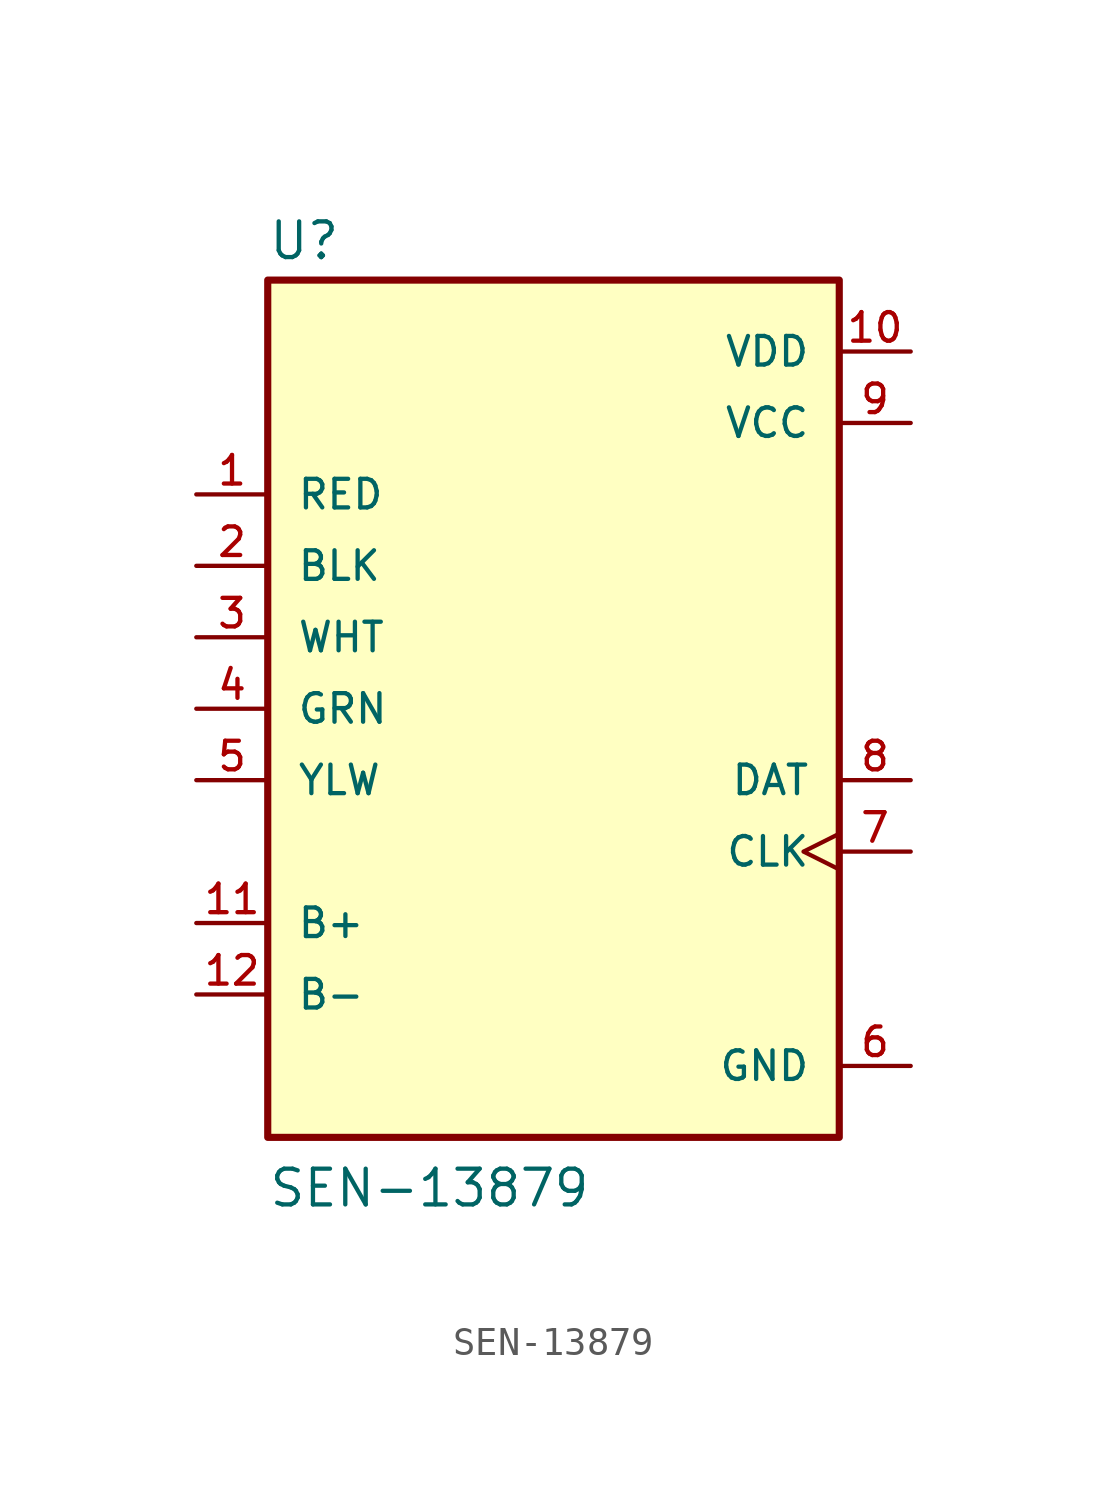
<source format=kicad_sym>
(kicad_symbol_lib
  (version 20211014)
  (generator kicad_symbol_editor)
  (symbol "SEN-13879"
    (pin_names
      (offset 1.016))
    (property "Reference" "U"
      (at -10.172 15.894 0)
      (effects (font (size 1.27 1.27)) (justify left bottom)))
    (property "Value" "SEN-13879"
      (at -10.164 -17.787 0)
      (effects (font (size 1.27 1.27)) (justify left bottom)))
    (symbol "SEN-13879_0_0"
      (rectangle (start -10.16 -15.24) (end 10.16 15.24) (stroke (width 0.254) (type default) (color 0 0 0 0)) (fill (type background)))
      (pin bidirectional line (at -12.7 7.62 0) (length 2.54) (name "RED" (effects (font (size 1.016 1.016)))) (number "1" (effects (font (size 1.016 1.016)))))
      (pin power_in line (at 12.7 12.7 180) (length 2.54) (name "VDD" (effects (font (size 1.016 1.016)))) (number "10" (effects (font (size 1.016 1.016)))))
      (pin input line (at -12.7 -7.62 0) (length 2.54) (name "B+" (effects (font (size 1.016 1.016)))) (number "11" (effects (font (size 1.016 1.016)))))
      (pin input line (at -12.7 -10.16 0) (length 2.54) (name "B-" (effects (font (size 1.016 1.016)))) (number "12" (effects (font (size 1.016 1.016)))))
      (pin bidirectional line (at -12.7 5.08 0) (length 2.54) (name "BLK" (effects (font (size 1.016 1.016)))) (number "2" (effects (font (size 1.016 1.016)))))
      (pin input line (at -12.7 2.54 0) (length 2.54) (name "WHT" (effects (font (size 1.016 1.016)))) (number "3" (effects (font (size 1.016 1.016)))))
      (pin input line (at -12.7 0 0) (length 2.54) (name "GRN" (effects (font (size 1.016 1.016)))) (number "4" (effects (font (size 1.016 1.016)))))
      (pin bidirectional line (at -12.7 -2.54 0) (length 2.54) (name "YLW" (effects (font (size 1.016 1.016)))) (number "5" (effects (font (size 1.016 1.016)))))
      (pin power_in line (at 12.7 -12.7 180) (length 2.54) (name "GND" (effects (font (size 1.016 1.016)))) (number "6" (effects (font (size 1.016 1.016)))))
      (pin input clock (at 12.7 -5.08 180) (length 2.54) (name "CLK" (effects (font (size 1.016 1.016)))) (number "7" (effects (font (size 1.016 1.016)))))
      (pin output line (at 12.7 -2.54 180) (length 2.54) (name "DAT" (effects (font (size 1.016 1.016)))) (number "8" (effects (font (size 1.016 1.016)))))
      (pin power_in line (at 12.7 10.16 180) (length 2.54) (name "VCC" (effects (font (size 1.016 1.016)))) (number "9" (effects (font (size 1.016 1.016))))))))
</source>
